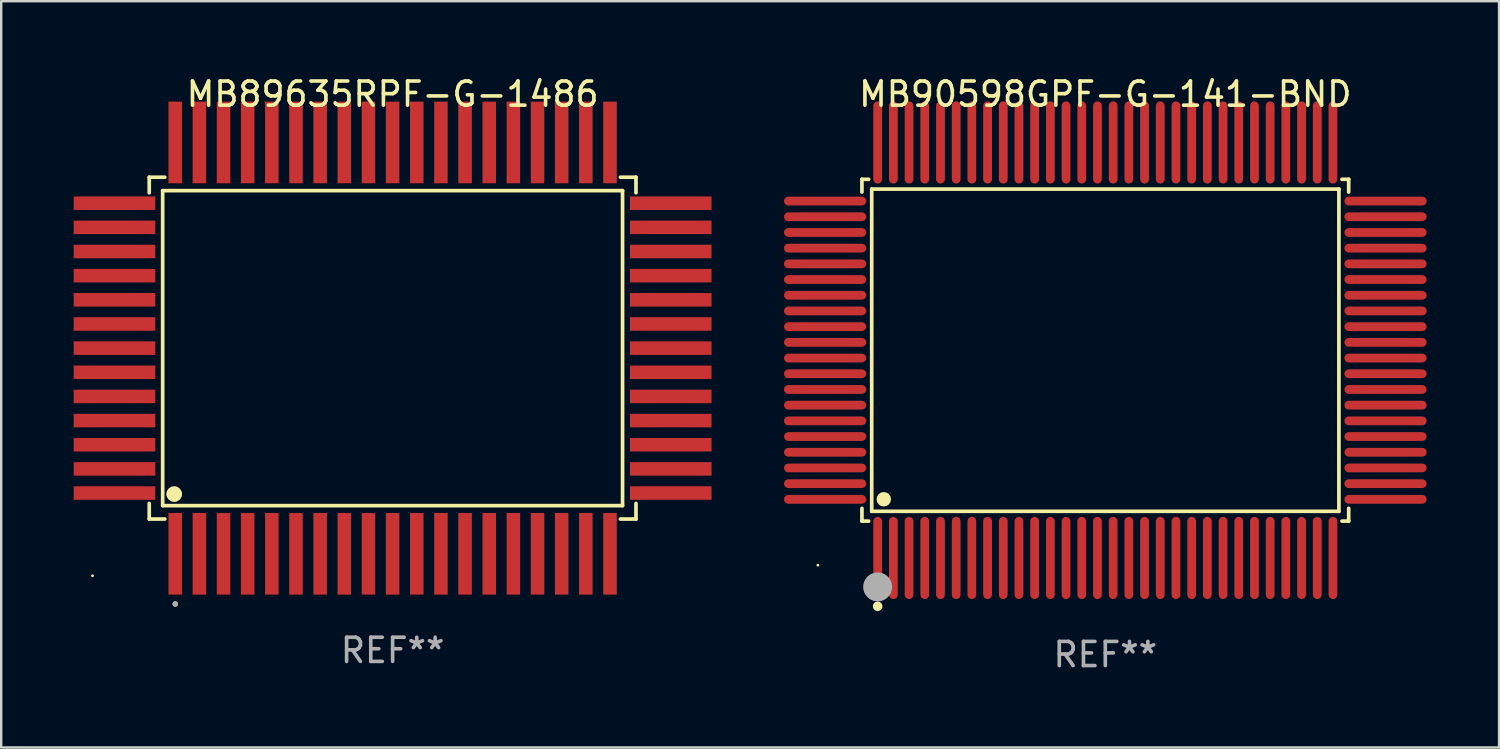
<source format=kicad_pcb>
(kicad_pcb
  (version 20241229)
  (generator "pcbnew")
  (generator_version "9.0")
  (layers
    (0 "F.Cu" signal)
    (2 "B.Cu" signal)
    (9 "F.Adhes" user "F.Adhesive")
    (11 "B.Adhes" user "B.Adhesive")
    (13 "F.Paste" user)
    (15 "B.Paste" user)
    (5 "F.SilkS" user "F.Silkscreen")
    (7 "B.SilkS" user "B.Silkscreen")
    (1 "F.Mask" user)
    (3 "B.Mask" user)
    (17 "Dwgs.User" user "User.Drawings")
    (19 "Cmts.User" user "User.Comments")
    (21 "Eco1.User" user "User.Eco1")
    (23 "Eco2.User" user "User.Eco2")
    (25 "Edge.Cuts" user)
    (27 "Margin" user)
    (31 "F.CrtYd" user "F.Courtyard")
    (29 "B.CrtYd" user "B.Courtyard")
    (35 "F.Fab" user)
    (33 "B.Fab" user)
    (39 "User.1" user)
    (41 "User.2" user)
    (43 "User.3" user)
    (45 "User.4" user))
  (footprint "MB90598GPF-G-141-BND"
    (layer "F.Cu")
    (at 42.712 11.449)
    (property "Reference" "MB90598GPF-G-141-BND" (at 0 -10.601 0) (layer "F.SilkS") (effects (font (size 1 1) (thickness 0.15))))
    (attr through_hole)
    (fp_line (start -10.076 -7.076) (end -9.798 -7.076) (stroke (width 0.152) (type solid)) (layer "F.SilkS"))
    (fp_line (start -10.076 -6.548) (end -10.076 -7.076) (stroke (width 0.152) (type solid)) (layer "F.SilkS"))
    (fp_line (start -10.076 6.548) (end -10.076 7.076) (stroke (width 0.152) (type solid)) (layer "F.SilkS"))
    (fp_line (start -10.076 7.076) (end -9.798 7.076) (stroke (width 0.152) (type solid)) (layer "F.SilkS"))
    (fp_line (start -9.671 -6.671) (end 9.671 -6.671) (stroke (width 0.152) (type solid)) (layer "F.SilkS"))
    (fp_line (start -9.671 6.671) (end -9.671 -6.671) (stroke (width 0.152) (type solid)) (layer "F.SilkS"))
    (fp_line (start 9.671 -6.671) (end 9.671 6.671) (stroke (width 0.152) (type solid)) (layer "F.SilkS"))
    (fp_line (start 9.671 6.671) (end -9.671 6.671) (stroke (width 0.152) (type solid)) (layer "F.SilkS"))
    (fp_line (start 10.076 -7.076) (end 9.798 -7.076) (stroke (width 0.152) (type solid)) (layer "F.SilkS"))
    (fp_line (start 10.076 -6.548) (end 10.076 -7.076) (stroke (width 0.152) (type solid)) (layer "F.SilkS"))
    (fp_line (start 10.076 6.548) (end 10.076 7.076) (stroke (width 0.152) (type solid)) (layer "F.SilkS"))
    (fp_line (start 10.076 7.076) (end 9.798 7.076) (stroke (width 0.152) (type solid)) (layer "F.SilkS"))
    (fp_circle (center -11.9 8.9) (end -11.87 8.9) (stroke (width 0.06) (type solid)) (fill no) (layer "F.SilkS"))
    (fp_circle (center -9.425 10.602) (end -9.325 10.602) (stroke (width 0.2) (type solid)) (fill no) (layer "F.SilkS"))
    (fp_circle (center -9.171 6.171) (end -9.021 6.171) (stroke (width 0.3) (type solid)) (fill no) (layer "F.SilkS"))
    (fp_circle (center -9.425 9.8) (end -9.125 9.8) (stroke (width 0.6) (type solid)) (fill no) (layer "F.Fab"))
    (fp_text user "REF**" (at 0 12.601 0) (layer "F.Fab") (effects (font (size 1 1) (thickness 0.15))))
    (pad "1" smd oval (at -9.425 8.601) (size 0.364 3.402) (layers "F.Cu" "F.Mask" "F.Paste"))
    (pad "2" smd oval (at -8.775 8.601) (size 0.364 3.402) (layers "F.Cu" "F.Mask" "F.Paste"))
    (pad "3" smd oval (at -8.125 8.601) (size 0.364 3.402) (layers "F.Cu" "F.Mask" "F.Paste"))
    (pad "4" smd oval (at -7.475 8.601) (size 0.364 3.402) (layers "F.Cu" "F.Mask" "F.Paste"))
    (pad "5" smd oval (at -6.825 8.601) (size 0.364 3.402) (layers "F.Cu" "F.Mask" "F.Paste"))
    (pad "6" smd oval (at -6.175 8.601) (size 0.364 3.402) (layers "F.Cu" "F.Mask" "F.Paste"))
    (pad "7" smd oval (at -5.525 8.601) (size 0.364 3.402) (layers "F.Cu" "F.Mask" "F.Paste"))
    (pad "8" smd oval (at -4.875 8.601) (size 0.364 3.402) (layers "F.Cu" "F.Mask" "F.Paste"))
    (pad "9" smd oval (at -4.225 8.601) (size 0.364 3.402) (layers "F.Cu" "F.Mask" "F.Paste"))
    (pad "10" smd oval (at -3.575 8.601) (size 0.364 3.402) (layers "F.Cu" "F.Mask" "F.Paste"))
    (pad "11" smd oval (at -2.925 8.601) (size 0.364 3.402) (layers "F.Cu" "F.Mask" "F.Paste"))
    (pad "12" smd oval (at -2.275 8.601) (size 0.364 3.402) (layers "F.Cu" "F.Mask" "F.Paste"))
    (pad "13" smd oval (at -1.625 8.601) (size 0.364 3.402) (layers "F.Cu" "F.Mask" "F.Paste"))
    (pad "14" smd oval (at -0.975 8.601) (size 0.364 3.402) (layers "F.Cu" "F.Mask" "F.Paste"))
    (pad "15" smd oval (at -0.325 8.601) (size 0.364 3.402) (layers "F.Cu" "F.Mask" "F.Paste"))
    (pad "16" smd oval (at 0.325 8.601) (size 0.364 3.402) (layers "F.Cu" "F.Mask" "F.Paste"))
    (pad "17" smd oval (at 0.975 8.601) (size 0.364 3.402) (layers "F.Cu" "F.Mask" "F.Paste"))
    (pad "18" smd oval (at 1.625 8.601) (size 0.364 3.402) (layers "F.Cu" "F.Mask" "F.Paste"))
    (pad "19" smd oval (at 2.275 8.601) (size 0.364 3.402) (layers "F.Cu" "F.Mask" "F.Paste"))
    (pad "20" smd oval (at 2.925 8.601) (size 0.364 3.402) (layers "F.Cu" "F.Mask" "F.Paste"))
    (pad "21" smd oval (at 3.575 8.601) (size 0.364 3.402) (layers "F.Cu" "F.Mask" "F.Paste"))
    (pad "22" smd oval (at 4.225 8.601) (size 0.364 3.402) (layers "F.Cu" "F.Mask" "F.Paste"))
    (pad "23" smd oval (at 4.875 8.601) (size 0.364 3.402) (layers "F.Cu" "F.Mask" "F.Paste"))
    (pad "24" smd oval (at 5.525 8.601) (size 0.364 3.402) (layers "F.Cu" "F.Mask" "F.Paste"))
    (pad "25" smd oval (at 6.175 8.601) (size 0.364 3.402) (layers "F.Cu" "F.Mask" "F.Paste"))
    (pad "26" smd oval (at 6.825 8.601) (size 0.364 3.402) (layers "F.Cu" "F.Mask" "F.Paste"))
    (pad "27" smd oval (at 7.475 8.601) (size 0.364 3.402) (layers "F.Cu" "F.Mask" "F.Paste"))
    (pad "28" smd oval (at 8.125 8.601) (size 0.364 3.402) (layers "F.Cu" "F.Mask" "F.Paste"))
    (pad "29" smd oval (at 8.775 8.601) (size 0.364 3.402) (layers "F.Cu" "F.Mask" "F.Paste"))
    (pad "30" smd oval (at 9.425 8.601) (size 0.364 3.402) (layers "F.Cu" "F.Mask" "F.Paste"))
    (pad "31" smd oval (at 11.601 6.175) (size 3.402 0.364) (layers "F.Cu" "F.Mask" "F.Paste"))
    (pad "32" smd oval (at 11.601 5.525) (size 3.402 0.364) (layers "F.Cu" "F.Mask" "F.Paste"))
    (pad "33" smd oval (at 11.601 4.875) (size 3.402 0.364) (layers "F.Cu" "F.Mask" "F.Paste"))
    (pad "34" smd oval (at 11.601 4.225) (size 3.402 0.364) (layers "F.Cu" "F.Mask" "F.Paste"))
    (pad "35" smd oval (at 11.601 3.575) (size 3.402 0.364) (layers "F.Cu" "F.Mask" "F.Paste"))
    (pad "36" smd oval (at 11.601 2.925) (size 3.402 0.364) (layers "F.Cu" "F.Mask" "F.Paste"))
    (pad "37" smd oval (at 11.601 2.275) (size 3.402 0.364) (layers "F.Cu" "F.Mask" "F.Paste"))
    (pad "38" smd oval (at 11.601 1.625) (size 3.402 0.364) (layers "F.Cu" "F.Mask" "F.Paste"))
    (pad "39" smd oval (at 11.601 0.975) (size 3.402 0.364) (layers "F.Cu" "F.Mask" "F.Paste"))
    (pad "40" smd oval (at 11.601 0.325) (size 3.402 0.364) (layers "F.Cu" "F.Mask" "F.Paste"))
    (pad "41" smd oval (at 11.601 -0.325) (size 3.402 0.364) (layers "F.Cu" "F.Mask" "F.Paste"))
    (pad "42" smd oval (at 11.601 -0.975) (size 3.402 0.364) (layers "F.Cu" "F.Mask" "F.Paste"))
    (pad "43" smd oval (at 11.601 -1.625) (size 3.402 0.364) (layers "F.Cu" "F.Mask" "F.Paste"))
    (pad "44" smd oval (at 11.601 -2.275) (size 3.402 0.364) (layers "F.Cu" "F.Mask" "F.Paste"))
    (pad "45" smd oval (at 11.601 -2.925) (size 3.402 0.364) (layers "F.Cu" "F.Mask" "F.Paste"))
    (pad "46" smd oval (at 11.601 -3.575) (size 3.402 0.364) (layers "F.Cu" "F.Mask" "F.Paste"))
    (pad "47" smd oval (at 11.601 -4.225) (size 3.402 0.364) (layers "F.Cu" "F.Mask" "F.Paste"))
    (pad "48" smd oval (at 11.601 -4.875) (size 3.402 0.364) (layers "F.Cu" "F.Mask" "F.Paste"))
    (pad "49" smd oval (at 11.601 -5.525) (size 3.402 0.364) (layers "F.Cu" "F.Mask" "F.Paste"))
    (pad "50" smd oval (at 11.601 -6.175) (size 3.402 0.364) (layers "F.Cu" "F.Mask" "F.Paste"))
    (pad "51" smd oval (at 9.425 -8.601) (size 0.364 3.402) (layers "F.Cu" "F.Mask" "F.Paste"))
    (pad "52" smd oval (at 8.775 -8.601) (size 0.364 3.402) (layers "F.Cu" "F.Mask" "F.Paste"))
    (pad "53" smd oval (at 8.125 -8.601) (size 0.364 3.402) (layers "F.Cu" "F.Mask" "F.Paste"))
    (pad "54" smd oval (at 7.475 -8.601) (size 0.364 3.402) (layers "F.Cu" "F.Mask" "F.Paste"))
    (pad "55" smd oval (at 6.825 -8.601) (size 0.364 3.402) (layers "F.Cu" "F.Mask" "F.Paste"))
    (pad "56" smd oval (at 6.175 -8.601) (size 0.364 3.402) (layers "F.Cu" "F.Mask" "F.Paste"))
    (pad "57" smd oval (at 5.525 -8.601) (size 0.364 3.402) (layers "F.Cu" "F.Mask" "F.Paste"))
    (pad "58" smd oval (at 4.875 -8.601) (size 0.364 3.402) (layers "F.Cu" "F.Mask" "F.Paste"))
    (pad "59" smd oval (at 4.225 -8.601) (size 0.364 3.402) (layers "F.Cu" "F.Mask" "F.Paste"))
    (pad "60" smd oval (at 3.575 -8.601) (size 0.364 3.402) (layers "F.Cu" "F.Mask" "F.Paste"))
    (pad "61" smd oval (at 2.925 -8.601) (size 0.364 3.402) (layers "F.Cu" "F.Mask" "F.Paste"))
    (pad "62" smd oval (at 2.275 -8.601) (size 0.364 3.402) (layers "F.Cu" "F.Mask" "F.Paste"))
    (pad "63" smd oval (at 1.625 -8.601) (size 0.364 3.402) (layers "F.Cu" "F.Mask" "F.Paste"))
    (pad "64" smd oval (at 0.975 -8.601) (size 0.364 3.402) (layers "F.Cu" "F.Mask" "F.Paste"))
    (pad "65" smd oval (at 0.325 -8.601) (size 0.364 3.402) (layers "F.Cu" "F.Mask" "F.Paste"))
    (pad "66" smd oval (at -0.325 -8.601) (size 0.364 3.402) (layers "F.Cu" "F.Mask" "F.Paste"))
    (pad "67" smd oval (at -0.975 -8.601) (size 0.364 3.402) (layers "F.Cu" "F.Mask" "F.Paste"))
    (pad "68" smd oval (at -1.625 -8.601) (size 0.364 3.402) (layers "F.Cu" "F.Mask" "F.Paste"))
    (pad "69" smd oval (at -2.275 -8.601) (size 0.364 3.402) (layers "F.Cu" "F.Mask" "F.Paste"))
    (pad "70" smd oval (at -2.925 -8.601) (size 0.364 3.402) (layers "F.Cu" "F.Mask" "F.Paste"))
    (pad "71" smd oval (at -3.575 -8.601) (size 0.364 3.402) (layers "F.Cu" "F.Mask" "F.Paste"))
    (pad "72" smd oval (at -4.225 -8.601) (size 0.364 3.402) (layers "F.Cu" "F.Mask" "F.Paste"))
    (pad "73" smd oval (at -4.875 -8.601) (size 0.364 3.402) (layers "F.Cu" "F.Mask" "F.Paste"))
    (pad "74" smd oval (at -5.525 -8.601) (size 0.364 3.402) (layers "F.Cu" "F.Mask" "F.Paste"))
    (pad "75" smd oval (at -6.175 -8.601) (size 0.364 3.402) (layers "F.Cu" "F.Mask" "F.Paste"))
    (pad "76" smd oval (at -6.825 -8.601) (size 0.364 3.402) (layers "F.Cu" "F.Mask" "F.Paste"))
    (pad "77" smd oval (at -7.475 -8.601) (size 0.364 3.402) (layers "F.Cu" "F.Mask" "F.Paste"))
    (pad "78" smd oval (at -8.125 -8.601) (size 0.364 3.402) (layers "F.Cu" "F.Mask" "F.Paste"))
    (pad "79" smd oval (at -8.775 -8.601) (size 0.364 3.402) (layers "F.Cu" "F.Mask" "F.Paste"))
    (pad "80" smd oval (at -9.425 -8.601) (size 0.364 3.402) (layers "F.Cu" "F.Mask" "F.Paste"))
    (pad "81" smd oval (at -11.601 -6.175) (size 3.402 0.364) (layers "F.Cu" "F.Mask" "F.Paste"))
    (pad "82" smd oval (at -11.601 -5.525) (size 3.402 0.364) (layers "F.Cu" "F.Mask" "F.Paste"))
    (pad "83" smd oval (at -11.601 -4.875) (size 3.402 0.364) (layers "F.Cu" "F.Mask" "F.Paste"))
    (pad "84" smd oval (at -11.601 -4.225) (size 3.402 0.364) (layers "F.Cu" "F.Mask" "F.Paste"))
    (pad "85" smd oval (at -11.601 -3.575) (size 3.402 0.364) (layers "F.Cu" "F.Mask" "F.Paste"))
    (pad "86" smd oval (at -11.601 -2.925) (size 3.402 0.364) (layers "F.Cu" "F.Mask" "F.Paste"))
    (pad "87" smd oval (at -11.601 -2.275) (size 3.402 0.364) (layers "F.Cu" "F.Mask" "F.Paste"))
    (pad "88" smd oval (at -11.601 -1.625) (size 3.402 0.364) (layers "F.Cu" "F.Mask" "F.Paste"))
    (pad "89" smd oval (at -11.601 -0.975) (size 3.402 0.364) (layers "F.Cu" "F.Mask" "F.Paste"))
    (pad "90" smd oval (at -11.601 -0.325) (size 3.402 0.364) (layers "F.Cu" "F.Mask" "F.Paste"))
    (pad "91" smd oval (at -11.601 0.325) (size 3.402 0.364) (layers "F.Cu" "F.Mask" "F.Paste"))
    (pad "92" smd oval (at -11.601 0.975) (size 3.402 0.364) (layers "F.Cu" "F.Mask" "F.Paste"))
    (pad "93" smd oval (at -11.601 1.625) (size 3.402 0.364) (layers "F.Cu" "F.Mask" "F.Paste"))
    (pad "94" smd oval (at -11.601 2.275) (size 3.402 0.364) (layers "F.Cu" "F.Mask" "F.Paste"))
    (pad "95" smd oval (at -11.601 2.925) (size 3.402 0.364) (layers "F.Cu" "F.Mask" "F.Paste"))
    (pad "96" smd oval (at -11.601 3.575) (size 3.402 0.364) (layers "F.Cu" "F.Mask" "F.Paste"))
    (pad "97" smd oval (at -11.601 4.225) (size 3.402 0.364) (layers "F.Cu" "F.Mask" "F.Paste"))
    (pad "98" smd oval (at -11.601 4.875) (size 3.402 0.364) (layers "F.Cu" "F.Mask" "F.Paste"))
    (pad "99" smd oval (at -11.601 5.525) (size 3.402 0.364) (layers "F.Cu" "F.Mask" "F.Paste"))
    (pad "100" smd oval (at -11.601 6.175) (size 3.402 0.364) (layers "F.Cu" "F.Mask" "F.Paste")))
  (footprint "MB89635RPF-G-1486"
    (layer "F.Cu")
    (at 13.205 11.363)
    (property "Reference" "MB89635RPF-G-1486" (at 0 -10.515 0) (layer "F.SilkS") (effects (font (size 1 1) (thickness 0.15))))
    (attr through_hole)
    (fp_line (start -10.076 -7.076) (end -10.076 -6.432) (stroke (width 0.152) (type solid)) (layer "F.SilkS"))
    (fp_line (start -10.076 7.076) (end -10.076 6.432) (stroke (width 0.152) (type solid)) (layer "F.SilkS"))
    (fp_line (start -9.52 -6.52) (end 9.52 -6.52) (stroke (width 0.152) (type solid)) (layer "F.SilkS"))
    (fp_line (start -9.52 6.52) (end -9.52 -6.52) (stroke (width 0.152) (type solid)) (layer "F.SilkS"))
    (fp_line (start -9.432 -7.076) (end -10.076 -7.076) (stroke (width 0.152) (type solid)) (layer "F.SilkS"))
    (fp_line (start -9.432 7.076) (end -10.076 7.076) (stroke (width 0.152) (type solid)) (layer "F.SilkS"))
    (fp_line (start 9.432 -7.076) (end 10.076 -7.076) (stroke (width 0.152) (type solid)) (layer "F.SilkS"))
    (fp_line (start 9.432 7.076) (end 10.076 7.076) (stroke (width 0.152) (type solid)) (layer "F.SilkS"))
    (fp_line (start 9.52 -6.52) (end 9.52 6.52) (stroke (width 0.152) (type solid)) (layer "F.SilkS"))
    (fp_line (start 9.52 6.52) (end -9.52 6.52) (stroke (width 0.152) (type solid)) (layer "F.SilkS"))
    (fp_line (start 10.076 -7.076) (end 10.076 -6.432) (stroke (width 0.152) (type solid)) (layer "F.SilkS"))
    (fp_line (start 10.076 7.076) (end 10.076 6.432) (stroke (width 0.152) (type solid)) (layer "F.SilkS"))
    (fp_circle (center -12.425 9.425) (end -12.395 9.425) (stroke (width 0.06) (type solid)) (fill no) (layer "F.SilkS"))
    (fp_circle (center -9.043 6.043) (end -8.88 6.043) (stroke (width 0.325) (type solid)) (fill no) (layer "F.SilkS"))
    (fp_circle (center -9 10.593) (end -8.944 10.593) (stroke (width 0.112) (type solid)) (fill no) (layer "F.SilkS"))
    (fp_circle (center -9 10.593) (end -8.944 10.593) (stroke (width 0.112) (type solid)) (fill no) (layer "F.Fab"))
    (fp_text user "REF**" (at 0 12.515 0) (layer "F.Fab") (effects (font (size 1 1) (thickness 0.15))))
    (pad "1" smd rect (at -9 8.515) (size 0.56 3.38) (layers "F.Cu" "F.Mask" "F.Paste"))
    (pad "2" smd rect (at -8 8.515) (size 0.56 3.38) (layers "F.Cu" "F.Mask" "F.Paste"))
    (pad "3" smd rect (at -7 8.515) (size 0.56 3.38) (layers "F.Cu" "F.Mask" "F.Paste"))
    (pad "4" smd rect (at -6 8.515) (size 0.56 3.38) (layers "F.Cu" "F.Mask" "F.Paste"))
    (pad "5" smd rect (at -5 8.515) (size 0.56 3.38) (layers "F.Cu" "F.Mask" "F.Paste"))
    (pad "6" smd rect (at -4 8.515) (size 0.56 3.38) (layers "F.Cu" "F.Mask" "F.Paste"))
    (pad "7" smd rect (at -3 8.515) (size 0.56 3.38) (layers "F.Cu" "F.Mask" "F.Paste"))
    (pad "8" smd rect (at -2 8.515) (size 0.56 3.38) (layers "F.Cu" "F.Mask" "F.Paste"))
    (pad "9" smd rect (at -1 8.515) (size 0.56 3.38) (layers "F.Cu" "F.Mask" "F.Paste"))
    (pad "10" smd rect (at 0 8.515) (size 0.56 3.38) (layers "F.Cu" "F.Mask" "F.Paste"))
    (pad "11" smd rect (at 1 8.515) (size 0.56 3.38) (layers "F.Cu" "F.Mask" "F.Paste"))
    (pad "12" smd rect (at 2 8.515) (size 0.56 3.38) (layers "F.Cu" "F.Mask" "F.Paste"))
    (pad "13" smd rect (at 3 8.515) (size 0.56 3.38) (layers "F.Cu" "F.Mask" "F.Paste"))
    (pad "14" smd rect (at 4 8.515) (size 0.56 3.38) (layers "F.Cu" "F.Mask" "F.Paste"))
    (pad "15" smd rect (at 5 8.515) (size 0.56 3.38) (layers "F.Cu" "F.Mask" "F.Paste"))
    (pad "16" smd rect (at 6 8.515) (size 0.56 3.38) (layers "F.Cu" "F.Mask" "F.Paste"))
    (pad "17" smd rect (at 7 8.515) (size 0.56 3.38) (layers "F.Cu" "F.Mask" "F.Paste"))
    (pad "18" smd rect (at 8 8.515) (size 0.56 3.38) (layers "F.Cu" "F.Mask" "F.Paste"))
    (pad "19" smd rect (at 9 8.515) (size 0.56 3.38) (layers "F.Cu" "F.Mask" "F.Paste"))
    (pad "20" smd rect (at 11.515 6) (size 3.38 0.56) (layers "F.Cu" "F.Mask" "F.Paste"))
    (pad "21" smd rect (at 11.515 5) (size 3.38 0.56) (layers "F.Cu" "F.Mask" "F.Paste"))
    (pad "22" smd rect (at 11.515 4) (size 3.38 0.56) (layers "F.Cu" "F.Mask" "F.Paste"))
    (pad "23" smd rect (at 11.515 3) (size 3.38 0.56) (layers "F.Cu" "F.Mask" "F.Paste"))
    (pad "24" smd rect (at 11.515 2) (size 3.38 0.56) (layers "F.Cu" "F.Mask" "F.Paste"))
    (pad "25" smd rect (at 11.515 1) (size 3.38 0.56) (layers "F.Cu" "F.Mask" "F.Paste"))
    (pad "26" smd rect (at 11.515 0) (size 3.38 0.56) (layers "F.Cu" "F.Mask" "F.Paste"))
    (pad "27" smd rect (at 11.515 -1) (size 3.38 0.56) (layers "F.Cu" "F.Mask" "F.Paste"))
    (pad "28" smd rect (at 11.515 -2) (size 3.38 0.56) (layers "F.Cu" "F.Mask" "F.Paste"))
    (pad "29" smd rect (at 11.515 -3) (size 3.38 0.56) (layers "F.Cu" "F.Mask" "F.Paste"))
    (pad "30" smd rect (at 11.515 -4) (size 3.38 0.56) (layers "F.Cu" "F.Mask" "F.Paste"))
    (pad "31" smd rect (at 11.515 -5) (size 3.38 0.56) (layers "F.Cu" "F.Mask" "F.Paste"))
    (pad "32" smd rect (at 11.515 -6) (size 3.38 0.56) (layers "F.Cu" "F.Mask" "F.Paste"))
    (pad "33" smd rect (at 9 -8.515) (size 0.56 3.38) (layers "F.Cu" "F.Mask" "F.Paste"))
    (pad "34" smd rect (at 8 -8.515) (size 0.56 3.38) (layers "F.Cu" "F.Mask" "F.Paste"))
    (pad "35" smd rect (at 7 -8.515) (size 0.56 3.38) (layers "F.Cu" "F.Mask" "F.Paste"))
    (pad "36" smd rect (at 6 -8.515) (size 0.56 3.38) (layers "F.Cu" "F.Mask" "F.Paste"))
    (pad "37" smd rect (at 5 -8.515) (size 0.56 3.38) (layers "F.Cu" "F.Mask" "F.Paste"))
    (pad "38" smd rect (at 4 -8.515) (size 0.56 3.38) (layers "F.Cu" "F.Mask" "F.Paste"))
    (pad "39" smd rect (at 3 -8.515) (size 0.56 3.38) (layers "F.Cu" "F.Mask" "F.Paste"))
    (pad "40" smd rect (at 2 -8.515) (size 0.56 3.38) (layers "F.Cu" "F.Mask" "F.Paste"))
    (pad "41" smd rect (at 1 -8.515) (size 0.56 3.38) (layers "F.Cu" "F.Mask" "F.Paste"))
    (pad "42" smd rect (at 0 -8.515) (size 0.56 3.38) (layers "F.Cu" "F.Mask" "F.Paste"))
    (pad "43" smd rect (at -1 -8.515) (size 0.56 3.38) (layers "F.Cu" "F.Mask" "F.Paste"))
    (pad "44" smd rect (at -2 -8.515) (size 0.56 3.38) (layers "F.Cu" "F.Mask" "F.Paste"))
    (pad "45" smd rect (at -3 -8.515) (size 0.56 3.38) (layers "F.Cu" "F.Mask" "F.Paste"))
    (pad "46" smd rect (at -4 -8.515) (size 0.56 3.38) (layers "F.Cu" "F.Mask" "F.Paste"))
    (pad "47" smd rect (at -5 -8.515) (size 0.56 3.38) (layers "F.Cu" "F.Mask" "F.Paste"))
    (pad "48" smd rect (at -6 -8.515) (size 0.56 3.38) (layers "F.Cu" "F.Mask" "F.Paste"))
    (pad "49" smd rect (at -7 -8.515) (size 0.56 3.38) (layers "F.Cu" "F.Mask" "F.Paste"))
    (pad "50" smd rect (at -8 -8.515) (size 0.56 3.38) (layers "F.Cu" "F.Mask" "F.Paste"))
    (pad "51" smd rect (at -9 -8.515) (size 0.56 3.38) (layers "F.Cu" "F.Mask" "F.Paste"))
    (pad "52" smd rect (at -11.515 -6) (size 3.38 0.56) (layers "F.Cu" "F.Mask" "F.Paste"))
    (pad "53" smd rect (at -11.515 -5) (size 3.38 0.56) (layers "F.Cu" "F.Mask" "F.Paste"))
    (pad "54" smd rect (at -11.515 -4) (size 3.38 0.56) (layers "F.Cu" "F.Mask" "F.Paste"))
    (pad "55" smd rect (at -11.515 -3) (size 3.38 0.56) (layers "F.Cu" "F.Mask" "F.Paste"))
    (pad "56" smd rect (at -11.515 -2) (size 3.38 0.56) (layers "F.Cu" "F.Mask" "F.Paste"))
    (pad "57" smd rect (at -11.515 -1) (size 3.38 0.56) (layers "F.Cu" "F.Mask" "F.Paste"))
    (pad "58" smd rect (at -11.515 0) (size 3.38 0.56) (layers "F.Cu" "F.Mask" "F.Paste"))
    (pad "59" smd rect (at -11.515 1) (size 3.38 0.56) (layers "F.Cu" "F.Mask" "F.Paste"))
    (pad "60" smd rect (at -11.515 2) (size 3.38 0.56) (layers "F.Cu" "F.Mask" "F.Paste"))
    (pad "61" smd rect (at -11.515 3) (size 3.38 0.56) (layers "F.Cu" "F.Mask" "F.Paste"))
    (pad "62" smd rect (at -11.515 4) (size 3.38 0.56) (layers "F.Cu" "F.Mask" "F.Paste"))
    (pad "63" smd rect (at -11.515 5) (size 3.38 0.56) (layers "F.Cu" "F.Mask" "F.Paste"))
    (pad "64" smd rect (at -11.515 6) (size 3.38 0.56) (layers "F.Cu" "F.Mask" "F.Paste")))
  (gr_rect
    (start -3 -3)
    (end 59.014 27.898)
    (stroke (width 0.1) (type default))
    (fill no)
    (layer "Edge.Cuts")))
</source>
